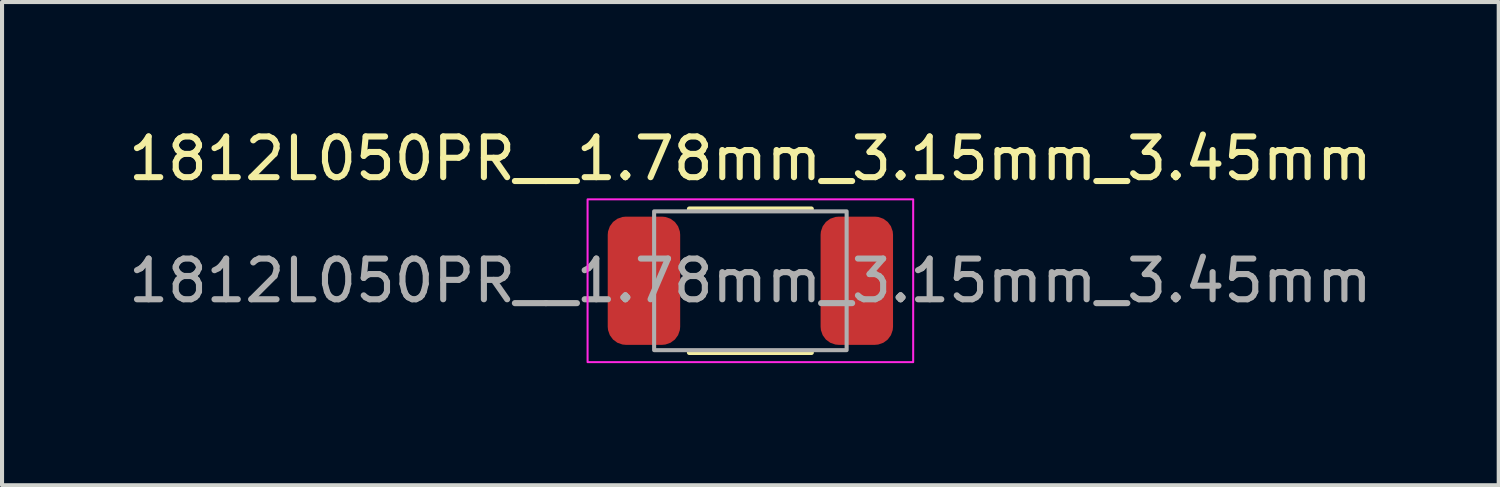
<source format=kicad_pcb>
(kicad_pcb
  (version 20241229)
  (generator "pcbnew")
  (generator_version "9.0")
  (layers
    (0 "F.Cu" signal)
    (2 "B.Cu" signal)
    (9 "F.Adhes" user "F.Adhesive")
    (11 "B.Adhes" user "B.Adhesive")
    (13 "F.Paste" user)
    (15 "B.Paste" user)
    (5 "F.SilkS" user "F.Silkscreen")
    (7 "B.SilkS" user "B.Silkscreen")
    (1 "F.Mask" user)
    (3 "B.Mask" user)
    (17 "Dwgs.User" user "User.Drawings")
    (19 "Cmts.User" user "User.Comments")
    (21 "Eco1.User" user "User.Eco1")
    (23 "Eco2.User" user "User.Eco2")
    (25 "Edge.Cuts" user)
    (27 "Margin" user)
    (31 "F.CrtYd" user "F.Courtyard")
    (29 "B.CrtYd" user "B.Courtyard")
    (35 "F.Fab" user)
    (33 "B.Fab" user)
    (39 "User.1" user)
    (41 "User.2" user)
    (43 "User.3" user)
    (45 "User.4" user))
  (footprint "1812L050PR__1.78mm_3.15mm_3.45mm"
    (layer "F.Cu")
    (at 15.387 3.848)
    (property "Reference" "1812L050PR__1.78mm_3.15mm_3.45mm" (at 0 -3 0) (unlocked yes) (layer "F.SilkS") (effects (font (size 1 1) (thickness 0.15))))
    (attr smd)
    (fp_line (start -1.5 -1.765) (end 1.5 -1.765) (stroke (width 0.12) (type default)) (layer "F.SilkS"))
    (fp_line (start -1.5 1.765) (end 1.5 1.765) (stroke (width 0.12) (type default)) (layer "F.SilkS"))
    (fp_rect (start -4 -2) (end 4 2) (stroke (width 0.05) (type default)) (fill no) (layer "F.CrtYd"))
    (fp_rect (start -2.365 -1.705) (end 2.365 1.705) (stroke (width 0.1) (type default)) (fill no) (layer "F.Fab"))
    (fp_text user "${REFERENCE}" (at 0 0 0) (unlocked yes) (layer "F.Fab") (effects (font (size 1 1) (thickness 0.15))))
    (pad "1" smd roundrect (at -2.615 0) (size 1.78 3.15) (layers "F.Cu" "F.Mask" "F.Paste") (roundrect_rratio 0.25))
    (pad "2" smd roundrect (at 2.615 0) (size 1.78 3.15) (layers "F.Cu" "F.Mask" "F.Paste") (roundrect_rratio 0.25)))
  (gr_rect
    (start -3 -3)
    (end 33.774 8.873)
    (stroke (width 0.1) (type default))
    (fill no)
    (layer "Edge.Cuts")))
</source>
